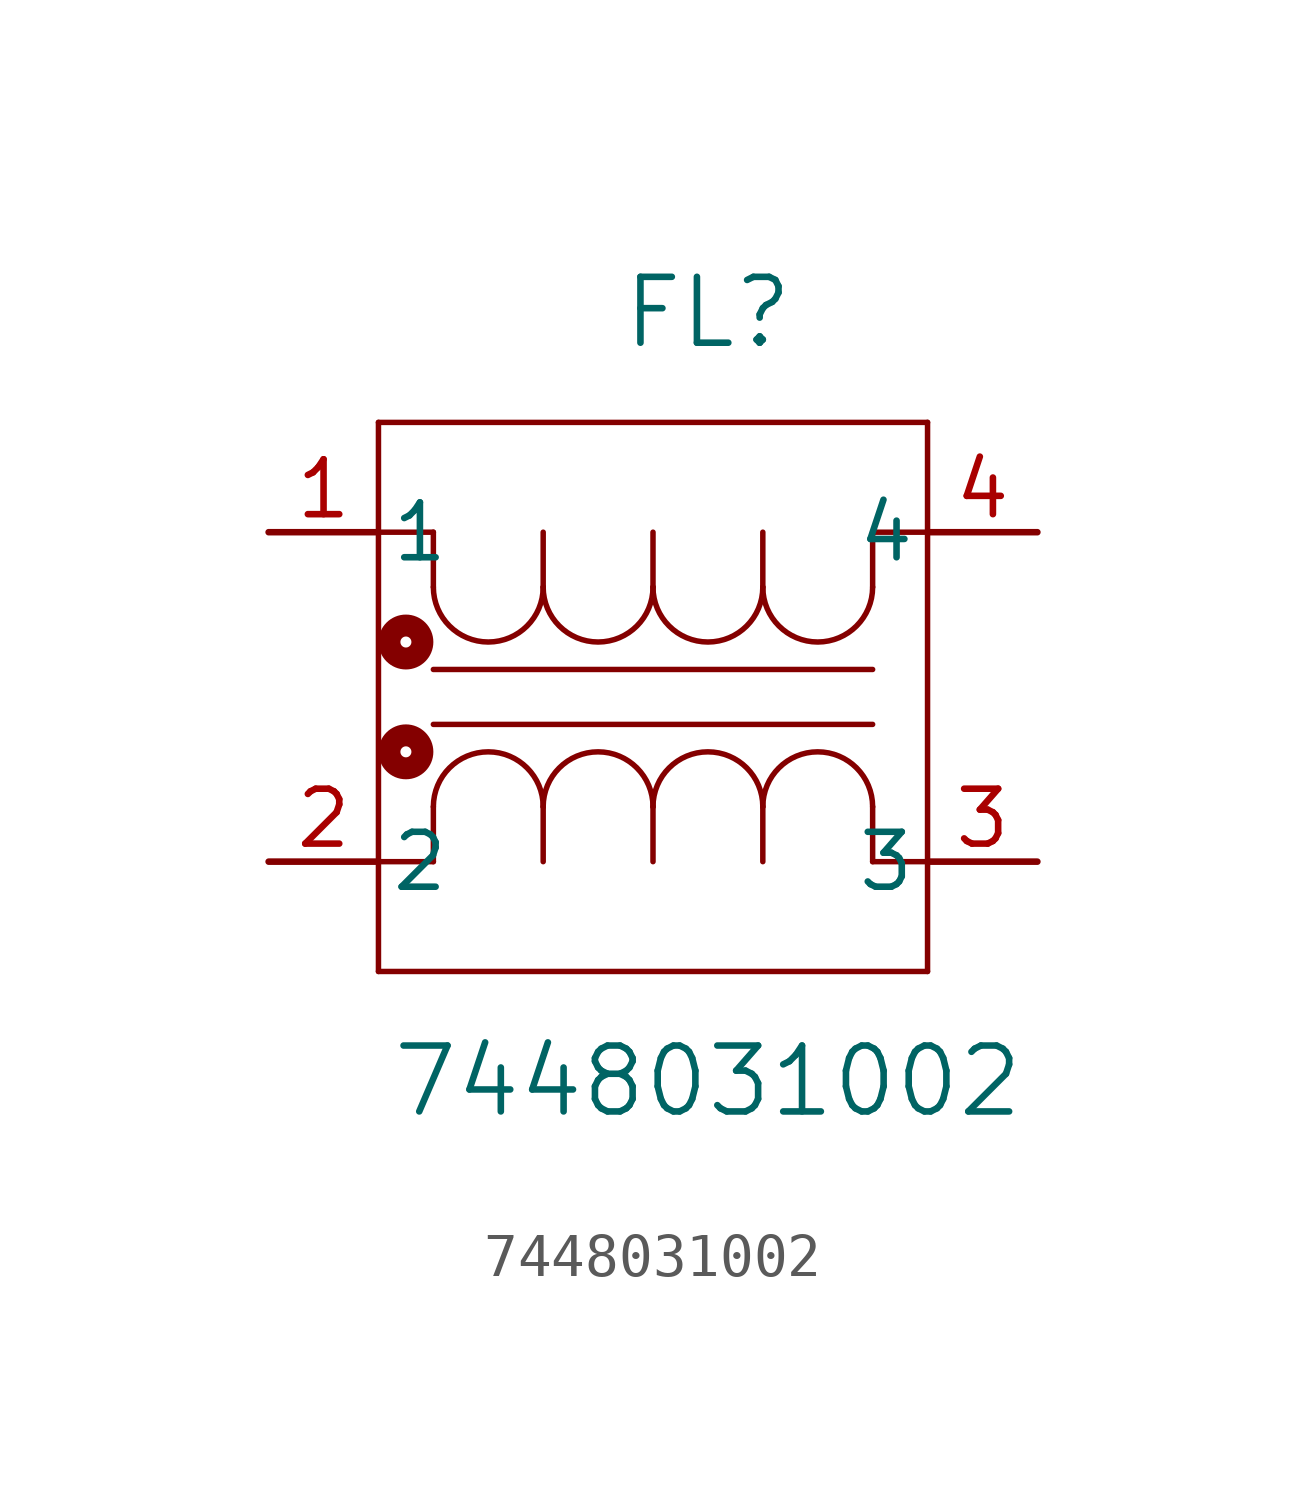
<source format=kicad_sym>
(kicad_symbol_lib
  (version 20211014)
  (generator kicad_symbol_editor)
  (symbol "7448031002"
    (pin_names
      (offset 0.254))
    (property "Reference" "FL"
      (at 10.16 5.08 0)
      (effects (font (size 1.524 1.524))))
    (property "Value" "7448031002"
      (at 10.16 -12.7 0)
      (effects (font (size 1.524 1.524))))
    (symbol "7448031002_0_1"
      (arc (start 6.35 -1.27) (mid 7.62 -2.54) (end 8.89 -1.27) (stroke (width 0.127) (type default) (color 0 0 0 0)) (fill (type none)))
      (polyline (pts (xy 6.35 0) (xy 6.35 -1.27)) (stroke (width 0.127) (type default) (color 0 0 0 0)) (fill (type none)))
      (polyline (pts (xy 8.89 0) (xy 8.89 -1.27)) (stroke (width 0.127) (type default) (color 0 0 0 0)) (fill (type none)))
      (polyline (pts (xy 13.97 0) (xy 13.97 -1.27)) (stroke (width 0.127) (type default) (color 0 0 0 0)) (fill (type none)))
      (arc (start 3.81 -1.27) (mid 5.08 -2.54) (end 6.35 -1.27) (stroke (width 0.127) (type default) (color 0 0 0 0)) (fill (type none)))
      (arc (start 8.89 -1.27) (mid 10.16 -2.54) (end 11.43 -1.27) (stroke (width 0.127) (type default) (color 0 0 0 0)) (fill (type none)))
      (arc (start 11.43 -1.27) (mid 12.7 -2.54) (end 13.97 -1.27) (stroke (width 0.127) (type default) (color 0 0 0 0)) (fill (type none)))
      (polyline (pts (xy 3.81 0) (xy 3.81 -1.27)) (stroke (width 0.127) (type default) (color 0 0 0 0)) (fill (type none)))
      (polyline (pts (xy 11.43 0) (xy 11.43 -1.27)) (stroke (width 0.127) (type default) (color 0 0 0 0)) (fill (type none)))
      (arc (start 8.89 -6.35) (mid 7.62 -5.08) (end 6.35 -6.35) (stroke (width 0.127) (type default) (color 0 0 0 0)) (fill (type none)))
      (polyline (pts (xy 6.35 -7.62) (xy 6.35 -6.35)) (stroke (width 0.127) (type default) (color 0 0 0 0)) (fill (type none)))
      (polyline (pts (xy 8.89 -7.62) (xy 8.89 -6.35)) (stroke (width 0.127) (type default) (color 0 0 0 0)) (fill (type none)))
      (polyline (pts (xy 13.97 -7.62) (xy 13.97 -6.35)) (stroke (width 0.127) (type default) (color 0 0 0 0)) (fill (type none)))
      (arc (start 6.35 -6.35) (mid 5.08 -5.08) (end 3.81 -6.35) (stroke (width 0.127) (type default) (color 0 0 0 0)) (fill (type none)))
      (arc (start 11.43 -6.35) (mid 10.16 -5.08) (end 8.89 -6.35) (stroke (width 0.127) (type default) (color 0 0 0 0)) (fill (type none)))
      (arc (start 13.97 -6.35) (mid 12.7 -5.08) (end 11.43 -6.35) (stroke (width 0.127) (type default) (color 0 0 0 0)) (fill (type none)))
      (polyline (pts (xy 3.81 -7.62) (xy 3.81 -6.35)) (stroke (width 0.127) (type default) (color 0 0 0 0)) (fill (type none)))
      (polyline (pts (xy 11.43 -7.62) (xy 11.43 -6.35)) (stroke (width 0.127) (type default) (color 0 0 0 0)) (fill (type none)))
      (polyline (pts (xy 2.54 2.54) (xy 2.54 -10.16)) (stroke (width 0.127) (type default) (color 0 0 0 0)) (fill (type none)))
      (polyline (pts (xy 2.54 -10.16) (xy 15.24 -10.16)) (stroke (width 0.127) (type default) (color 0 0 0 0)) (fill (type none)))
      (polyline (pts (xy 15.24 -10.16) (xy 15.24 2.54)) (stroke (width 0.127) (type default) (color 0 0 0 0)) (fill (type none)))
      (polyline (pts (xy 15.24 2.54) (xy 2.54 2.54)) (stroke (width 0.127) (type default) (color 0 0 0 0)) (fill (type none)))
      (polyline (pts (xy 2.54 0) (xy 3.81 0)) (stroke (width 0.127) (type default) (color 0 0 0 0)) (fill (type none)))
      (polyline (pts (xy 13.97 0) (xy 15.24 0)) (stroke (width 0.127) (type default) (color 0 0 0 0)) (fill (type none)))
      (polyline (pts (xy 15.24 -7.62) (xy 13.97 -7.62)) (stroke (width 0.127) (type default) (color 0 0 0 0)) (fill (type none)))
      (polyline (pts (xy 3.81 -7.62) (xy 2.54 -7.62)) (stroke (width 0.127) (type default) (color 0 0 0 0)) (fill (type none)))
      (circle (center 3.175 -2.54) (radius 0.127) (stroke (width 0.508) (type default) (color 0 0 0 0)) (fill (type none)))
      (polyline (pts (xy 3.81 -3.175) (xy 13.97 -3.175)) (stroke (width 0.127) (type default) (color 0 0 0 0)) (fill (type none)))
      (circle (center 3.175 -5.08) (radius 0.127) (stroke (width 0.508) (type default) (color 0 0 0 0)) (fill (type none)))
      (polyline (pts (xy 3.81 -4.445) (xy 13.97 -4.445)) (stroke (width 0.127) (type default) (color 0 0 0 0)) (fill (type none)))
      (pin unspecified line (at 17.78 0 180) (length 2.54) (name "4" (effects (font (size 1.27 1.27)))) (number "4" (effects (font (size 1.27 1.27)))))
      (pin unspecified line (at 0 0 0) (length 2.54) (name "1" (effects (font (size 1.27 1.27)))) (number "1" (effects (font (size 1.27 1.27)))))
      (pin unspecified line (at 17.78 -7.62 180) (length 2.54) (name "3" (effects (font (size 1.27 1.27)))) (number "3" (effects (font (size 1.27 1.27)))))
      (pin unspecified line (at 0 -7.62 0) (length 2.54) (name "2" (effects (font (size 1.27 1.27)))) (number "2" (effects (font (size 1.27 1.27))))))))
</source>
